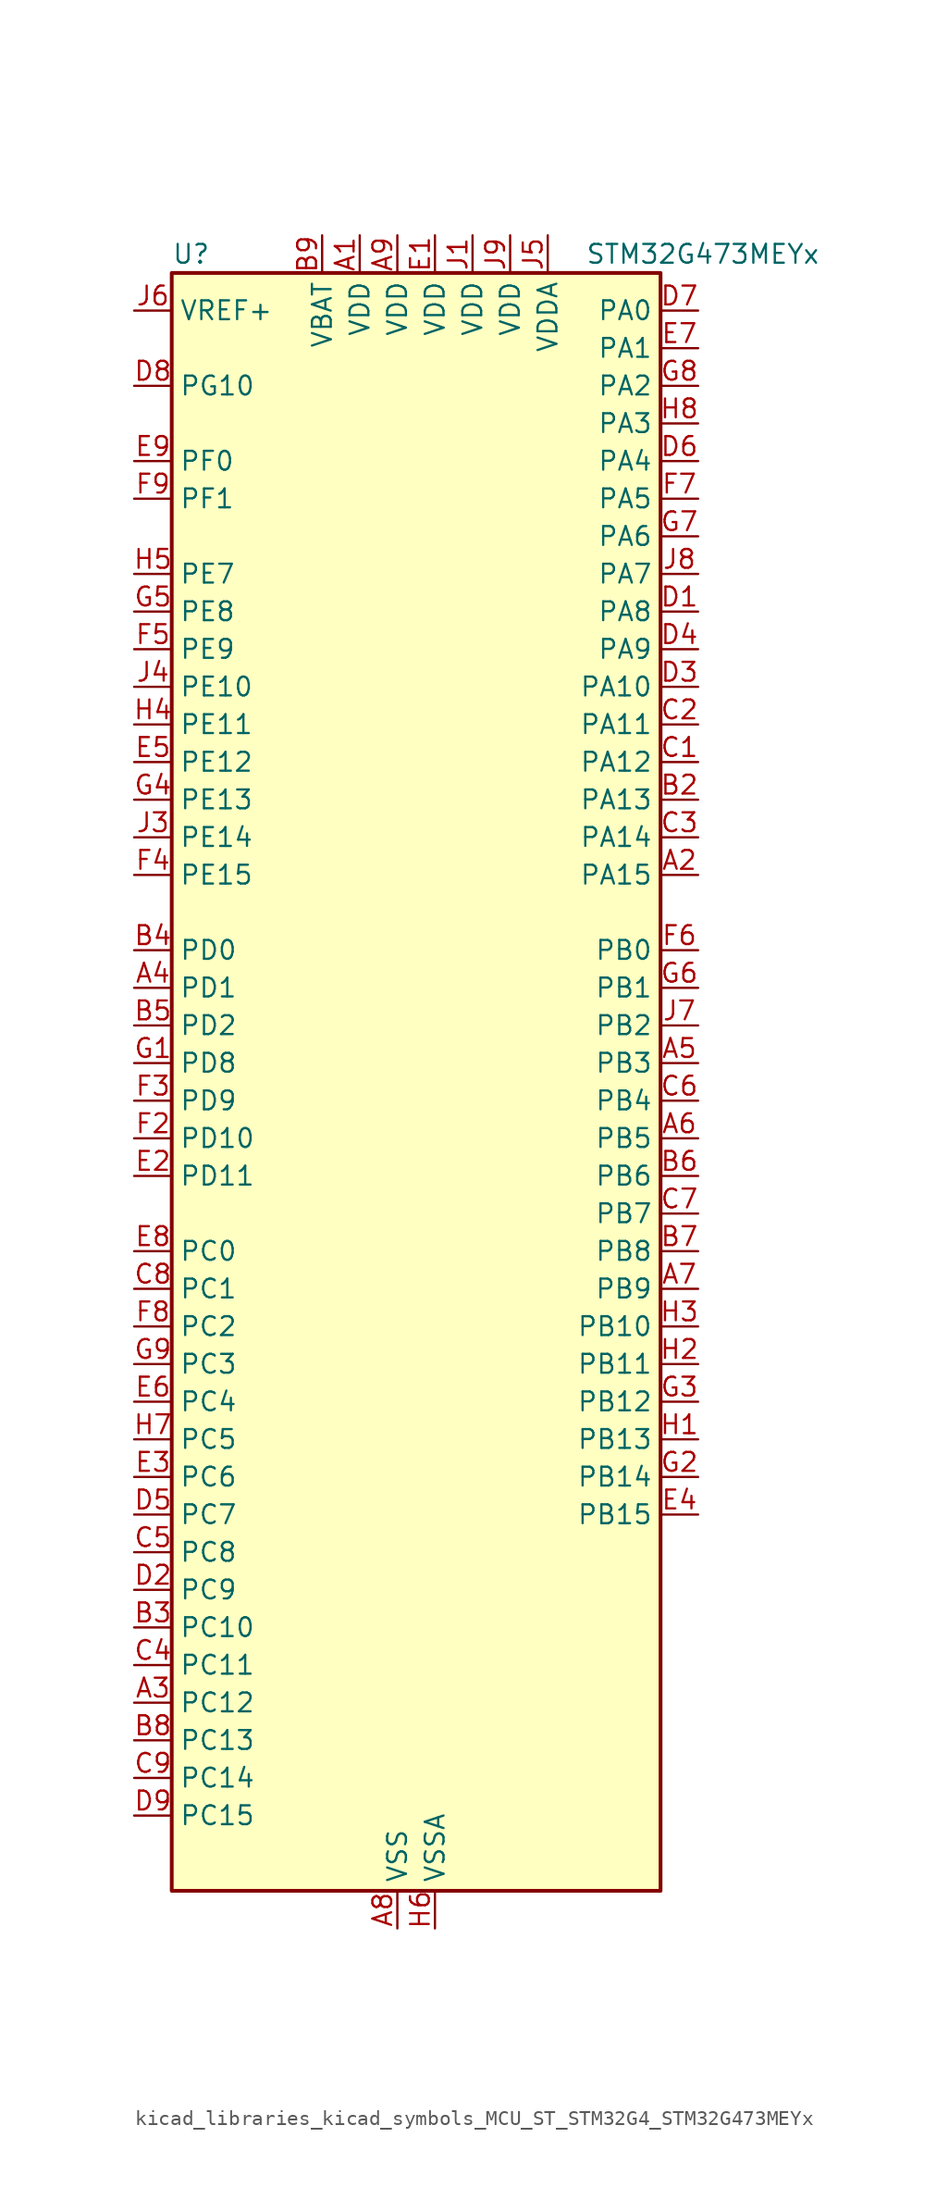
<source format=kicad_sym>
(kicad_symbol_lib
  (version 20220914)
  (generator kicad_symbol_editor)
  (symbol "kicad_libraries_kicad_symbols_MCU_ST_STM32G4_STM32G473MEYx"
    (property "Reference" "U"
      (at -15.24 57.15 0)
      (effects (font (size 1.27 1.27)) (justify left)))
    (property "Value" "STM32G473MEYx"
      (at 12.7 57.15 0)
      (effects (font (size 1.27 1.27)) (justify left)))
    (property "ki_locked" ""
      (at 0 0 0)
      (effects (font (size 1.27 1.27))))
    (symbol "kicad_libraries_kicad_symbols_MCU_ST_STM32G4_STM32G473MEYx_0_1"
      (rectangle (start -15.24 -53.34) (end 17.78 55.88) (stroke (width 0.254) (type default)) (fill (type background))))
    (symbol "kicad_libraries_kicad_symbols_MCU_ST_STM32G4_STM32G473MEYx_1_1"
      (pin power_in line (at -2.54 58.42 270) (length 2.54) (name "VDD" (effects (font (size 1.27 1.27)))) (number "A1" (effects (font (size 1.27 1.27)))))
      (pin bidirectional line (at 20.32 15.24 180) (length 2.54) (name "PA15" (effects (font (size 1.27 1.27)))) (number "A2" (effects (font (size 1.27 1.27)))) (alternate "ADC1_EXTI15" bidirectional line) (alternate "ADC2_EXTI15" bidirectional line) (alternate "FDCAN3_TX" bidirectional line) (alternate "I2C1_SCL" bidirectional line) (alternate "I2S3_WS" bidirectional line) (alternate "SPI1_NSS" bidirectional line) (alternate "SPI3_NSS" bidirectional line) (alternate "SYS_JTDI" bidirectional line) (alternate "TIM1_BKIN" bidirectional line) (alternate "TIM2_CH1" bidirectional line) (alternate "TIM2_ETR" bidirectional line) (alternate "TIM8_CH1" bidirectional line) (alternate "UART4_DE" bidirectional line) (alternate "UART4_RTS" bidirectional line) (alternate "USART2_RX" bidirectional line))
      (pin bidirectional line (at -17.78 -40.64 0) (length 2.54) (name "PC12" (effects (font (size 1.27 1.27)))) (number "A3" (effects (font (size 1.27 1.27)))) (alternate "I2S3_SD" bidirectional line) (alternate "SPI3_MOSI" bidirectional line) (alternate "TIM5_CH2" bidirectional line) (alternate "TIM8_CH3N" bidirectional line) (alternate "UART5_TX" bidirectional line) (alternate "UCPD1_FRSTX1" bidirectional line) (alternate "UCPD1_FRSTX2" bidirectional line) (alternate "USART3_CK" bidirectional line))
      (pin bidirectional line (at -17.78 7.62 0) (length 2.54) (name "PD1" (effects (font (size 1.27 1.27)))) (number "A4" (effects (font (size 1.27 1.27)))) (alternate "FDCAN1_TX" bidirectional line) (alternate "TIM8_BKIN2" bidirectional line) (alternate "TIM8_CH4" bidirectional line))
      (pin bidirectional line (at 20.32 2.54 180) (length 2.54) (name "PB3" (effects (font (size 1.27 1.27)))) (number "A5" (effects (font (size 1.27 1.27)))) (alternate "ADC3_EXTI3" bidirectional line) (alternate "ADC4_EXTI3" bidirectional line) (alternate "ADC5_EXTI3" bidirectional line) (alternate "CRS_SYNC" bidirectional line) (alternate "FDCAN3_RX" bidirectional line) (alternate "I2S3_CK" bidirectional line) (alternate "SAI1_SCK_B" bidirectional line) (alternate "SPI1_SCK" bidirectional line) (alternate "SPI3_SCK" bidirectional line) (alternate "SYS_JTDO-SWO" bidirectional line) (alternate "TIM2_CH2" bidirectional line) (alternate "TIM3_ETR" bidirectional line) (alternate "TIM4_ETR" bidirectional line) (alternate "TIM8_CH1N" bidirectional line) (alternate "USART2_TX" bidirectional line))
      (pin bidirectional line (at 20.32 -2.54 180) (length 2.54) (name "PB5" (effects (font (size 1.27 1.27)))) (number "A6" (effects (font (size 1.27 1.27)))) (alternate "FDCAN2_RX" bidirectional line) (alternate "I2C1_SMBA" bidirectional line) (alternate "I2C3_SDA" bidirectional line) (alternate "I2S3_SD" bidirectional line) (alternate "LPTIM1_IN1" bidirectional line) (alternate "SAI1_SD_B" bidirectional line) (alternate "SPI1_MOSI" bidirectional line) (alternate "SPI3_MOSI" bidirectional line) (alternate "TIM16_BKIN" bidirectional line) (alternate "TIM17_CH1" bidirectional line) (alternate "TIM3_CH2" bidirectional line) (alternate "TIM8_CH3N" bidirectional line) (alternate "UART5_CTS" bidirectional line) (alternate "USART2_CK" bidirectional line))
      (pin bidirectional line (at 20.32 -12.7 180) (length 2.54) (name "PB9" (effects (font (size 1.27 1.27)))) (number "A7" (effects (font (size 1.27 1.27)))) (alternate "COMP2_OUT" bidirectional line) (alternate "DAC1_EXTI9" bidirectional line) (alternate "DAC2_EXTI9" bidirectional line) (alternate "DAC3_EXTI9" bidirectional line) (alternate "DAC4_EXTI9" bidirectional line) (alternate "FDCAN1_TX" bidirectional line) (alternate "I2C1_SDA" bidirectional line) (alternate "IR_OUT" bidirectional line) (alternate "SAI1_D2" bidirectional line) (alternate "SAI1_FS_A" bidirectional line) (alternate "TIM17_CH1" bidirectional line) (alternate "TIM1_CH3N" bidirectional line) (alternate "TIM4_CH4" bidirectional line) (alternate "TIM8_CH3" bidirectional line) (alternate "USART3_TX" bidirectional line))
      (pin power_in line (at 0 -55.88 90) (length 2.54) (name "VSS" (effects (font (size 1.27 1.27)))) (number "A8" (effects (font (size 1.27 1.27)))))
      (pin power_in line (at 0 58.42 270) (length 2.54) (name "VDD" (effects (font (size 1.27 1.27)))) (number "A9" (effects (font (size 1.27 1.27)))))
      (pin passive line (at 0 -55.88 90) (length 2.54) hide (name "VSS" (effects (font (size 1.27 1.27)))) (number "B1" (effects (font (size 1.27 1.27)))))
      (pin bidirectional line (at 20.32 20.32 180) (length 2.54) (name "PA13" (effects (font (size 1.27 1.27)))) (number "B2" (effects (font (size 1.27 1.27)))) (alternate "I2C1_SCL" bidirectional line) (alternate "I2C4_SCL" bidirectional line) (alternate "IR_OUT" bidirectional line) (alternate "SAI1_SD_B" bidirectional line) (alternate "SYS_JTMS-SWDIO" bidirectional line) (alternate "TIM16_CH1N" bidirectional line) (alternate "TIM4_CH3" bidirectional line) (alternate "USART3_CTS" bidirectional line) (alternate "USART3_NSS" bidirectional line))
      (pin bidirectional line (at -17.78 -35.56 0) (length 2.54) (name "PC10" (effects (font (size 1.27 1.27)))) (number "B3" (effects (font (size 1.27 1.27)))) (alternate "DAC1_EXTI10" bidirectional line) (alternate "DAC2_EXTI10" bidirectional line) (alternate "DAC3_EXTI10" bidirectional line) (alternate "DAC4_EXTI10" bidirectional line) (alternate "I2S3_CK" bidirectional line) (alternate "SPI3_SCK" bidirectional line) (alternate "TIM8_CH1N" bidirectional line) (alternate "UART4_TX" bidirectional line) (alternate "USART3_TX" bidirectional line))
      (pin bidirectional line (at -17.78 10.16 0) (length 2.54) (name "PD0" (effects (font (size 1.27 1.27)))) (number "B4" (effects (font (size 1.27 1.27)))) (alternate "FDCAN1_RX" bidirectional line) (alternate "TIM8_CH4N" bidirectional line))
      (pin bidirectional line (at -17.78 5.08 0) (length 2.54) (name "PD2" (effects (font (size 1.27 1.27)))) (number "B5" (effects (font (size 1.27 1.27)))) (alternate "ADC3_EXTI2" bidirectional line) (alternate "ADC4_EXTI2" bidirectional line) (alternate "ADC5_EXTI2" bidirectional line) (alternate "TIM3_ETR" bidirectional line) (alternate "TIM8_BKIN" bidirectional line) (alternate "UART5_RX" bidirectional line))
      (pin bidirectional line (at 20.32 -5.08 180) (length 2.54) (name "PB6" (effects (font (size 1.27 1.27)))) (number "B6" (effects (font (size 1.27 1.27)))) (alternate "COMP4_OUT" bidirectional line) (alternate "FDCAN2_TX" bidirectional line) (alternate "LPTIM1_ETR" bidirectional line) (alternate "SAI1_FS_B" bidirectional line) (alternate "TIM16_CH1N" bidirectional line) (alternate "TIM4_CH1" bidirectional line) (alternate "TIM8_BKIN2" bidirectional line) (alternate "TIM8_CH1" bidirectional line) (alternate "TIM8_ETR" bidirectional line) (alternate "UCPD1_CC1" bidirectional line) (alternate "USART1_TX" bidirectional line))
      (pin bidirectional line (at 20.32 -10.16 180) (length 2.54) (name "PB8" (effects (font (size 1.27 1.27)))) (number "B7" (effects (font (size 1.27 1.27)))) (alternate "COMP1_OUT" bidirectional line) (alternate "FDCAN1_RX" bidirectional line) (alternate "I2C1_SCL" bidirectional line) (alternate "SAI1_CK1" bidirectional line) (alternate "SAI1_MCLK_A" bidirectional line) (alternate "TIM16_CH1" bidirectional line) (alternate "TIM1_BKIN" bidirectional line) (alternate "TIM4_CH3" bidirectional line) (alternate "TIM8_CH2" bidirectional line) (alternate "USART3_RX" bidirectional line))
      (pin bidirectional line (at -17.78 -43.18 0) (length 2.54) (name "PC13" (effects (font (size 1.27 1.27)))) (number "B8" (effects (font (size 1.27 1.27)))) (alternate "RTC_OUT1" bidirectional line) (alternate "RTC_TAMP1" bidirectional line) (alternate "RTC_TS" bidirectional line) (alternate "SYS_WKUP2" bidirectional line) (alternate "TIM1_BKIN" bidirectional line) (alternate "TIM1_CH1N" bidirectional line) (alternate "TIM8_CH4N" bidirectional line))
      (pin power_in line (at -5.08 58.42 270) (length 2.54) (name "VBAT" (effects (font (size 1.27 1.27)))) (number "B9" (effects (font (size 1.27 1.27)))))
      (pin bidirectional line (at 20.32 22.86 180) (length 2.54) (name "PA12" (effects (font (size 1.27 1.27)))) (number "C1" (effects (font (size 1.27 1.27)))) (alternate "COMP2_OUT" bidirectional line) (alternate "FDCAN1_TX" bidirectional line) (alternate "I2S_CKIN" bidirectional line) (alternate "TIM16_CH1" bidirectional line) (alternate "TIM1_CH2N" bidirectional line) (alternate "TIM1_ETR" bidirectional line) (alternate "TIM4_CH2" bidirectional line) (alternate "USART1_DE" bidirectional line) (alternate "USART1_RTS" bidirectional line) (alternate "USB_DP" bidirectional line))
      (pin bidirectional line (at 20.32 25.4 180) (length 2.54) (name "PA11" (effects (font (size 1.27 1.27)))) (number "C2" (effects (font (size 1.27 1.27)))) (alternate "ADC1_EXTI11" bidirectional line) (alternate "ADC2_EXTI11" bidirectional line) (alternate "COMP1_OUT" bidirectional line) (alternate "FDCAN1_RX" bidirectional line) (alternate "I2S2_SD" bidirectional line) (alternate "SPI2_MOSI" bidirectional line) (alternate "TIM1_BKIN2" bidirectional line) (alternate "TIM1_CH1N" bidirectional line) (alternate "TIM1_CH4" bidirectional line) (alternate "TIM4_CH1" bidirectional line) (alternate "USART1_CTS" bidirectional line) (alternate "USART1_NSS" bidirectional line) (alternate "USB_DM" bidirectional line))
      (pin bidirectional line (at 20.32 17.78 180) (length 2.54) (name "PA14" (effects (font (size 1.27 1.27)))) (number "C3" (effects (font (size 1.27 1.27)))) (alternate "I2C1_SDA" bidirectional line) (alternate "I2C4_SMBA" bidirectional line) (alternate "LPTIM1_OUT" bidirectional line) (alternate "SAI1_FS_B" bidirectional line) (alternate "SYS_JTCK-SWCLK" bidirectional line) (alternate "TIM1_BKIN" bidirectional line) (alternate "TIM8_CH2" bidirectional line) (alternate "USART2_TX" bidirectional line))
      (pin bidirectional line (at -17.78 -38.1 0) (length 2.54) (name "PC11" (effects (font (size 1.27 1.27)))) (number "C4" (effects (font (size 1.27 1.27)))) (alternate "ADC1_EXTI11" bidirectional line) (alternate "ADC2_EXTI11" bidirectional line) (alternate "I2C3_SDA" bidirectional line) (alternate "SPI3_MISO" bidirectional line) (alternate "TIM8_CH2N" bidirectional line) (alternate "UART4_RX" bidirectional line) (alternate "USART3_RX" bidirectional line))
      (pin bidirectional line (at -17.78 -30.48 0) (length 2.54) (name "PC8" (effects (font (size 1.27 1.27)))) (number "C5" (effects (font (size 1.27 1.27)))) (alternate "COMP7_OUT" bidirectional line) (alternate "I2C3_SCL" bidirectional line) (alternate "TIM20_CH3" bidirectional line) (alternate "TIM3_CH3" bidirectional line) (alternate "TIM8_CH3" bidirectional line))
      (pin bidirectional line (at 20.32 0 180) (length 2.54) (name "PB4" (effects (font (size 1.27 1.27)))) (number "C6" (effects (font (size 1.27 1.27)))) (alternate "FDCAN3_TX" bidirectional line) (alternate "SAI1_MCLK_B" bidirectional line) (alternate "SPI1_MISO" bidirectional line) (alternate "SPI3_MISO" bidirectional line) (alternate "SYS_JTRST" bidirectional line) (alternate "TIM16_CH1" bidirectional line) (alternate "TIM17_BKIN" bidirectional line) (alternate "TIM3_CH1" bidirectional line) (alternate "TIM8_CH2N" bidirectional line) (alternate "UART5_DE" bidirectional line) (alternate "UART5_RTS" bidirectional line) (alternate "UCPD1_CC2" bidirectional line) (alternate "USART2_RX" bidirectional line))
      (pin bidirectional line (at 20.32 -7.62 180) (length 2.54) (name "PB7" (effects (font (size 1.27 1.27)))) (number "C7" (effects (font (size 1.27 1.27)))) (alternate "COMP3_OUT" bidirectional line) (alternate "I2C1_SDA" bidirectional line) (alternate "I2C4_SDA" bidirectional line) (alternate "LPTIM1_IN2" bidirectional line) (alternate "SYS_PVD_IN" bidirectional line) (alternate "TIM17_CH1N" bidirectional line) (alternate "TIM3_CH4" bidirectional line) (alternate "TIM4_CH2" bidirectional line) (alternate "TIM8_BKIN" bidirectional line) (alternate "UART4_CTS" bidirectional line) (alternate "USART1_RX" bidirectional line))
      (pin bidirectional line (at -17.78 -12.7 0) (length 2.54) (name "PC1" (effects (font (size 1.27 1.27)))) (number "C8" (effects (font (size 1.27 1.27)))) (alternate "ADC1_IN7" bidirectional line) (alternate "ADC2_IN7" bidirectional line) (alternate "COMP3_INP" bidirectional line) (alternate "LPTIM1_OUT" bidirectional line) (alternate "LPUART1_TX" bidirectional line) (alternate "QUADSPI1_BK2_IO0" bidirectional line) (alternate "SAI1_SD_A" bidirectional line) (alternate "TIM1_CH2" bidirectional line))
      (pin bidirectional line (at -17.78 -45.72 0) (length 2.54) (name "PC14" (effects (font (size 1.27 1.27)))) (number "C9" (effects (font (size 1.27 1.27)))) (alternate "RCC_OSC32_IN" bidirectional line))
      (pin bidirectional line (at 20.32 33.02 180) (length 2.54) (name "PA8" (effects (font (size 1.27 1.27)))) (number "D1" (effects (font (size 1.27 1.27)))) (alternate "ADC5_IN1" bidirectional line) (alternate "COMP7_OUT" bidirectional line) (alternate "FDCAN3_RX" bidirectional line) (alternate "I2C2_SDA" bidirectional line) (alternate "I2C3_SCL" bidirectional line) (alternate "I2S2_MCK" bidirectional line) (alternate "OPAMP5_VOUT" bidirectional line) (alternate "RCC_MCO" bidirectional line) (alternate "SAI1_CK2" bidirectional line) (alternate "SAI1_SCK_A" bidirectional line) (alternate "TIM1_CH1" bidirectional line) (alternate "TIM4_ETR" bidirectional line) (alternate "USART1_CK" bidirectional line))
      (pin bidirectional line (at -17.78 -33.02 0) (length 2.54) (name "PC9" (effects (font (size 1.27 1.27)))) (number "D2" (effects (font (size 1.27 1.27)))) (alternate "DAC1_EXTI9" bidirectional line) (alternate "DAC2_EXTI9" bidirectional line) (alternate "DAC3_EXTI9" bidirectional line) (alternate "DAC4_EXTI9" bidirectional line) (alternate "I2C3_SDA" bidirectional line) (alternate "I2S_CKIN" bidirectional line) (alternate "TIM3_CH4" bidirectional line) (alternate "TIM8_BKIN2" bidirectional line) (alternate "TIM8_CH4" bidirectional line))
      (pin bidirectional line (at 20.32 27.94 180) (length 2.54) (name "PA10" (effects (font (size 1.27 1.27)))) (number "D3" (effects (font (size 1.27 1.27)))) (alternate "COMP6_OUT" bidirectional line) (alternate "CRS_SYNC" bidirectional line) (alternate "DAC1_EXTI10" bidirectional line) (alternate "DAC2_EXTI10" bidirectional line) (alternate "DAC3_EXTI10" bidirectional line) (alternate "DAC4_EXTI10" bidirectional line) (alternate "I2C2_SMBA" bidirectional line) (alternate "SAI1_D1" bidirectional line) (alternate "SAI1_SD_A" bidirectional line) (alternate "SPI2_MISO" bidirectional line) (alternate "TIM17_BKIN" bidirectional line) (alternate "TIM1_CH3" bidirectional line) (alternate "TIM2_CH4" bidirectional line) (alternate "TIM8_BKIN" bidirectional line) (alternate "UCPD1_DBCC2" bidirectional line) (alternate "USART1_RX" bidirectional line))
      (pin bidirectional line (at 20.32 30.48 180) (length 2.54) (name "PA9" (effects (font (size 1.27 1.27)))) (number "D4" (effects (font (size 1.27 1.27)))) (alternate "ADC5_IN2" bidirectional line) (alternate "COMP5_OUT" bidirectional line) (alternate "DAC1_EXTI9" bidirectional line) (alternate "DAC2_EXTI9" bidirectional line) (alternate "DAC3_EXTI9" bidirectional line) (alternate "DAC4_EXTI9" bidirectional line) (alternate "I2C2_SCL" bidirectional line) (alternate "I2C3_SMBA" bidirectional line) (alternate "I2S3_MCK" bidirectional line) (alternate "SAI1_FS_A" bidirectional line) (alternate "TIM15_BKIN" bidirectional line) (alternate "TIM1_CH2" bidirectional line) (alternate "TIM2_CH3" bidirectional line) (alternate "UCPD1_DBCC1" bidirectional line) (alternate "USART1_TX" bidirectional line))
      (pin bidirectional line (at -17.78 -27.94 0) (length 2.54) (name "PC7" (effects (font (size 1.27 1.27)))) (number "D5" (effects (font (size 1.27 1.27)))) (alternate "COMP5_OUT" bidirectional line) (alternate "I2C4_SDA" bidirectional line) (alternate "I2S3_MCK" bidirectional line) (alternate "TIM3_CH2" bidirectional line) (alternate "TIM8_CH2" bidirectional line))
      (pin bidirectional line (at 20.32 43.18 180) (length 2.54) (name "PA4" (effects (font (size 1.27 1.27)))) (number "D6" (effects (font (size 1.27 1.27)))) (alternate "ADC2_IN17" bidirectional line) (alternate "COMP1_INM" bidirectional line) (alternate "DAC1_OUT1" bidirectional line) (alternate "I2S3_WS" bidirectional line) (alternate "SAI1_FS_B" bidirectional line) (alternate "SPI1_NSS" bidirectional line) (alternate "SPI3_NSS" bidirectional line) (alternate "TIM3_CH2" bidirectional line) (alternate "USART2_CK" bidirectional line))
      (pin bidirectional line (at 20.32 53.34 180) (length 2.54) (name "PA0" (effects (font (size 1.27 1.27)))) (number "D7" (effects (font (size 1.27 1.27)))) (alternate "ADC1_IN1" bidirectional line) (alternate "ADC2_IN1" bidirectional line) (alternate "COMP1_INM" bidirectional line) (alternate "COMP1_OUT" bidirectional line) (alternate "COMP3_INP" bidirectional line) (alternate "RTC_TAMP2" bidirectional line) (alternate "SYS_WKUP1" bidirectional line) (alternate "TIM2_CH1" bidirectional line) (alternate "TIM2_ETR" bidirectional line) (alternate "TIM5_CH1" bidirectional line) (alternate "TIM8_BKIN" bidirectional line) (alternate "TIM8_ETR" bidirectional line) (alternate "USART2_CTS" bidirectional line) (alternate "USART2_NSS" bidirectional line))
      (pin bidirectional line (at -17.78 48.26 0) (length 2.54) (name "PG10" (effects (font (size 1.27 1.27)))) (number "D8" (effects (font (size 1.27 1.27)))) (alternate "DAC1_EXTI10" bidirectional line) (alternate "DAC2_EXTI10" bidirectional line) (alternate "DAC3_EXTI10" bidirectional line) (alternate "DAC4_EXTI10" bidirectional line) (alternate "RCC_MCO" bidirectional line))
      (pin bidirectional line (at -17.78 -48.26 0) (length 2.54) (name "PC15" (effects (font (size 1.27 1.27)))) (number "D9" (effects (font (size 1.27 1.27)))) (alternate "ADC1_EXTI15" bidirectional line) (alternate "ADC2_EXTI15" bidirectional line) (alternate "RCC_OSC32_OUT" bidirectional line))
      (pin power_in line (at 2.54 58.42 270) (length 2.54) (name "VDD" (effects (font (size 1.27 1.27)))) (number "E1" (effects (font (size 1.27 1.27)))))
      (pin bidirectional line (at -17.78 -5.08 0) (length 2.54) (name "PD11" (effects (font (size 1.27 1.27)))) (number "E2" (effects (font (size 1.27 1.27)))) (alternate "ADC1_EXTI11" bidirectional line) (alternate "ADC2_EXTI11" bidirectional line) (alternate "ADC3_IN8" bidirectional line) (alternate "ADC4_IN8" bidirectional line) (alternate "ADC5_IN8" bidirectional line) (alternate "COMP6_INP" bidirectional line) (alternate "I2C4_SMBA" bidirectional line) (alternate "OPAMP4_VINP" bidirectional line) (alternate "OPAMP4_VINP_SEC" bidirectional line) (alternate "TIM5_ETR" bidirectional line) (alternate "USART3_CTS" bidirectional line) (alternate "USART3_NSS" bidirectional line))
      (pin bidirectional line (at -17.78 -25.4 0) (length 2.54) (name "PC6" (effects (font (size 1.27 1.27)))) (number "E3" (effects (font (size 1.27 1.27)))) (alternate "COMP6_OUT" bidirectional line) (alternate "I2C4_SCL" bidirectional line) (alternate "I2S2_MCK" bidirectional line) (alternate "TIM3_CH1" bidirectional line) (alternate "TIM8_CH1" bidirectional line))
      (pin bidirectional line (at 20.32 -27.94 180) (length 2.54) (name "PB15" (effects (font (size 1.27 1.27)))) (number "E4" (effects (font (size 1.27 1.27)))) (alternate "ADC1_EXTI15" bidirectional line) (alternate "ADC2_EXTI15" bidirectional line) (alternate "ADC2_IN15" bidirectional line) (alternate "ADC4_IN5" bidirectional line) (alternate "COMP3_OUT" bidirectional line) (alternate "COMP6_INM" bidirectional line) (alternate "I2S2_SD" bidirectional line) (alternate "OPAMP5_VINM" bidirectional line) (alternate "OPAMP5_VINM0" bidirectional line) (alternate "OPAMP5_VINM_SEC" bidirectional line) (alternate "RTC_REFIN" bidirectional line) (alternate "SPI2_MOSI" bidirectional line) (alternate "TIM15_CH1N" bidirectional line) (alternate "TIM15_CH2" bidirectional line) (alternate "TIM1_CH3N" bidirectional line))
      (pin bidirectional line (at -17.78 22.86 0) (length 2.54) (name "PE12" (effects (font (size 1.27 1.27)))) (number "E5" (effects (font (size 1.27 1.27)))) (alternate "ADC3_IN16" bidirectional line) (alternate "ADC4_IN16" bidirectional line) (alternate "ADC5_IN16" bidirectional line) (alternate "QUADSPI1_BK1_IO0" bidirectional line) (alternate "SPI4_SCK" bidirectional line) (alternate "TIM1_CH3N" bidirectional line))
      (pin bidirectional line (at -17.78 -20.32 0) (length 2.54) (name "PC4" (effects (font (size 1.27 1.27)))) (number "E6" (effects (font (size 1.27 1.27)))) (alternate "ADC2_IN5" bidirectional line) (alternate "I2C2_SCL" bidirectional line) (alternate "QUADSPI1_BK2_IO3" bidirectional line) (alternate "TIM1_ETR" bidirectional line) (alternate "USART1_TX" bidirectional line))
      (pin bidirectional line (at 20.32 50.8 180) (length 2.54) (name "PA1" (effects (font (size 1.27 1.27)))) (number "E7" (effects (font (size 1.27 1.27)))) (alternate "ADC1_IN2" bidirectional line) (alternate "ADC2_IN2" bidirectional line) (alternate "COMP1_INP" bidirectional line) (alternate "OPAMP1_VINP" bidirectional line) (alternate "OPAMP1_VINP_SEC" bidirectional line) (alternate "OPAMP3_VINP" bidirectional line) (alternate "OPAMP3_VINP_SEC" bidirectional line) (alternate "OPAMP6_VINM" bidirectional line) (alternate "OPAMP6_VINM0" bidirectional line) (alternate "OPAMP6_VINM_SEC" bidirectional line) (alternate "RTC_REFIN" bidirectional line) (alternate "TIM15_CH1N" bidirectional line) (alternate "TIM2_CH2" bidirectional line) (alternate "TIM5_CH2" bidirectional line) (alternate "USART2_DE" bidirectional line) (alternate "USART2_RTS" bidirectional line))
      (pin bidirectional line (at -17.78 -10.16 0) (length 2.54) (name "PC0" (effects (font (size 1.27 1.27)))) (number "E8" (effects (font (size 1.27 1.27)))) (alternate "ADC1_IN6" bidirectional line) (alternate "ADC2_IN6" bidirectional line) (alternate "COMP3_INM" bidirectional line) (alternate "LPTIM1_IN1" bidirectional line) (alternate "LPUART1_RX" bidirectional line) (alternate "TIM1_CH1" bidirectional line))
      (pin bidirectional line (at -17.78 43.18 0) (length 2.54) (name "PF0" (effects (font (size 1.27 1.27)))) (number "E9" (effects (font (size 1.27 1.27)))) (alternate "ADC1_IN10" bidirectional line) (alternate "I2C2_SDA" bidirectional line) (alternate "I2S2_WS" bidirectional line) (alternate "RCC_OSC_IN" bidirectional line) (alternate "SPI2_NSS" bidirectional line) (alternate "TIM1_CH3N" bidirectional line))
      (pin passive line (at 0 -55.88 90) (length 2.54) hide (name "VSS" (effects (font (size 1.27 1.27)))) (number "F1" (effects (font (size 1.27 1.27)))))
      (pin bidirectional line (at -17.78 -2.54 0) (length 2.54) (name "PD10" (effects (font (size 1.27 1.27)))) (number "F2" (effects (font (size 1.27 1.27)))) (alternate "ADC3_IN7" bidirectional line) (alternate "ADC4_IN7" bidirectional line) (alternate "ADC5_IN7" bidirectional line) (alternate "COMP6_INM" bidirectional line) (alternate "DAC1_EXTI10" bidirectional line) (alternate "DAC2_EXTI10" bidirectional line) (alternate "DAC3_EXTI10" bidirectional line) (alternate "DAC4_EXTI10" bidirectional line) (alternate "USART3_CK" bidirectional line))
      (pin bidirectional line (at -17.78 0 0) (length 2.54) (name "PD9" (effects (font (size 1.27 1.27)))) (number "F3" (effects (font (size 1.27 1.27)))) (alternate "ADC4_IN13" bidirectional line) (alternate "ADC5_IN13" bidirectional line) (alternate "DAC1_EXTI9" bidirectional line) (alternate "DAC2_EXTI9" bidirectional line) (alternate "DAC3_EXTI9" bidirectional line) (alternate "DAC4_EXTI9" bidirectional line) (alternate "OPAMP6_VINP" bidirectional line) (alternate "OPAMP6_VINP_SEC" bidirectional line) (alternate "USART3_RX" bidirectional line))
      (pin bidirectional line (at -17.78 15.24 0) (length 2.54) (name "PE15" (effects (font (size 1.27 1.27)))) (number "F4" (effects (font (size 1.27 1.27)))) (alternate "ADC1_EXTI15" bidirectional line) (alternate "ADC2_EXTI15" bidirectional line) (alternate "ADC4_IN2" bidirectional line) (alternate "QUADSPI1_BK1_IO3" bidirectional line) (alternate "TIM1_BKIN" bidirectional line) (alternate "TIM1_CH4N" bidirectional line) (alternate "USART3_RX" bidirectional line))
      (pin bidirectional line (at -17.78 30.48 0) (length 2.54) (name "PE9" (effects (font (size 1.27 1.27)))) (number "F5" (effects (font (size 1.27 1.27)))) (alternate "ADC3_IN2" bidirectional line) (alternate "DAC1_EXTI9" bidirectional line) (alternate "DAC2_EXTI9" bidirectional line) (alternate "DAC3_EXTI9" bidirectional line) (alternate "DAC4_EXTI9" bidirectional line) (alternate "SAI1_FS_B" bidirectional line) (alternate "TIM1_CH1" bidirectional line) (alternate "TIM5_CH4" bidirectional line))
      (pin bidirectional line (at 20.32 10.16 180) (length 2.54) (name "PB0" (effects (font (size 1.27 1.27)))) (number "F6" (effects (font (size 1.27 1.27)))) (alternate "ADC1_IN15" bidirectional line) (alternate "ADC3_IN12" bidirectional line) (alternate "COMP4_INP" bidirectional line) (alternate "OPAMP2_VINP" bidirectional line) (alternate "OPAMP2_VINP_SEC" bidirectional line) (alternate "OPAMP3_VINP" bidirectional line) (alternate "OPAMP3_VINP_SEC" bidirectional line) (alternate "QUADSPI1_BK1_IO1" bidirectional line) (alternate "TIM1_CH2N" bidirectional line) (alternate "TIM3_CH3" bidirectional line) (alternate "TIM8_CH2N" bidirectional line) (alternate "UCPD1_FRSTX1" bidirectional line) (alternate "UCPD1_FRSTX2" bidirectional line))
      (pin bidirectional line (at 20.32 40.64 180) (length 2.54) (name "PA5" (effects (font (size 1.27 1.27)))) (number "F7" (effects (font (size 1.27 1.27)))) (alternate "ADC2_IN13" bidirectional line) (alternate "COMP2_INM" bidirectional line) (alternate "DAC1_OUT2" bidirectional line) (alternate "OPAMP2_VINM" bidirectional line) (alternate "OPAMP2_VINM0" bidirectional line) (alternate "OPAMP2_VINM_SEC" bidirectional line) (alternate "SPI1_SCK" bidirectional line) (alternate "TIM2_CH1" bidirectional line) (alternate "TIM2_ETR" bidirectional line) (alternate "UCPD1_FRSTX1" bidirectional line) (alternate "UCPD1_FRSTX2" bidirectional line))
      (pin bidirectional line (at -17.78 -15.24 0) (length 2.54) (name "PC2" (effects (font (size 1.27 1.27)))) (number "F8" (effects (font (size 1.27 1.27)))) (alternate "ADC1_IN8" bidirectional line) (alternate "ADC2_IN8" bidirectional line) (alternate "ADC3_EXTI2" bidirectional line) (alternate "ADC4_EXTI2" bidirectional line) (alternate "ADC5_EXTI2" bidirectional line) (alternate "COMP3_OUT" bidirectional line) (alternate "LPTIM1_IN2" bidirectional line) (alternate "QUADSPI1_BK2_IO1" bidirectional line) (alternate "TIM1_CH3" bidirectional line) (alternate "TIM20_CH2" bidirectional line))
      (pin bidirectional line (at -17.78 40.64 0) (length 2.54) (name "PF1" (effects (font (size 1.27 1.27)))) (number "F9" (effects (font (size 1.27 1.27)))) (alternate "ADC2_IN10" bidirectional line) (alternate "COMP3_INM" bidirectional line) (alternate "I2S2_CK" bidirectional line) (alternate "RCC_OSC_OUT" bidirectional line) (alternate "SPI2_SCK" bidirectional line))
      (pin bidirectional line (at -17.78 2.54 0) (length 2.54) (name "PD8" (effects (font (size 1.27 1.27)))) (number "G1" (effects (font (size 1.27 1.27)))) (alternate "ADC4_IN12" bidirectional line) (alternate "ADC5_IN12" bidirectional line) (alternate "OPAMP4_VINM" bidirectional line) (alternate "OPAMP4_VINM1" bidirectional line) (alternate "OPAMP4_VINM_SEC" bidirectional line) (alternate "USART3_TX" bidirectional line))
      (pin bidirectional line (at 20.32 -25.4 180) (length 2.54) (name "PB14" (effects (font (size 1.27 1.27)))) (number "G2" (effects (font (size 1.27 1.27)))) (alternate "ADC1_IN5" bidirectional line) (alternate "ADC4_IN4" bidirectional line) (alternate "COMP4_OUT" bidirectional line) (alternate "COMP7_INP" bidirectional line) (alternate "OPAMP2_VINP" bidirectional line) (alternate "OPAMP2_VINP_SEC" bidirectional line) (alternate "OPAMP5_VINP" bidirectional line) (alternate "OPAMP5_VINP_SEC" bidirectional line) (alternate "SPI2_MISO" bidirectional line) (alternate "TIM15_CH1" bidirectional line) (alternate "TIM1_CH2N" bidirectional line) (alternate "USART3_DE" bidirectional line) (alternate "USART3_RTS" bidirectional line))
      (pin bidirectional line (at 20.32 -20.32 180) (length 2.54) (name "PB12" (effects (font (size 1.27 1.27)))) (number "G3" (effects (font (size 1.27 1.27)))) (alternate "ADC1_IN11" bidirectional line) (alternate "ADC4_IN3" bidirectional line) (alternate "COMP7_INM" bidirectional line) (alternate "FDCAN2_RX" bidirectional line) (alternate "I2C2_SMBA" bidirectional line) (alternate "I2S2_WS" bidirectional line) (alternate "LPUART1_DE" bidirectional line) (alternate "LPUART1_RTS" bidirectional line) (alternate "OPAMP4_VOUT" bidirectional line) (alternate "OPAMP6_VINP" bidirectional line) (alternate "OPAMP6_VINP_SEC" bidirectional line) (alternate "SPI2_NSS" bidirectional line) (alternate "TIM1_BKIN" bidirectional line) (alternate "TIM5_ETR" bidirectional line) (alternate "USART3_CK" bidirectional line))
      (pin bidirectional line (at -17.78 20.32 0) (length 2.54) (name "PE13" (effects (font (size 1.27 1.27)))) (number "G4" (effects (font (size 1.27 1.27)))) (alternate "ADC3_IN3" bidirectional line) (alternate "QUADSPI1_BK1_IO1" bidirectional line) (alternate "SPI4_MISO" bidirectional line) (alternate "TIM1_CH3" bidirectional line))
      (pin bidirectional line (at -17.78 33.02 0) (length 2.54) (name "PE8" (effects (font (size 1.27 1.27)))) (number "G5" (effects (font (size 1.27 1.27)))) (alternate "ADC3_IN6" bidirectional line) (alternate "ADC4_IN6" bidirectional line) (alternate "ADC5_IN6" bidirectional line) (alternate "COMP4_INM" bidirectional line) (alternate "SAI1_SCK_B" bidirectional line) (alternate "TIM1_CH1N" bidirectional line) (alternate "TIM5_CH3" bidirectional line))
      (pin bidirectional line (at 20.32 7.62 180) (length 2.54) (name "PB1" (effects (font (size 1.27 1.27)))) (number "G6" (effects (font (size 1.27 1.27)))) (alternate "ADC1_IN12" bidirectional line) (alternate "ADC3_IN1" bidirectional line) (alternate "COMP1_INP" bidirectional line) (alternate "COMP4_OUT" bidirectional line) (alternate "LPUART1_DE" bidirectional line) (alternate "LPUART1_RTS" bidirectional line) (alternate "OPAMP3_VOUT" bidirectional line) (alternate "OPAMP6_VINM" bidirectional line) (alternate "OPAMP6_VINM1" bidirectional line) (alternate "OPAMP6_VINM_SEC" bidirectional line) (alternate "QUADSPI1_BK1_IO0" bidirectional line) (alternate "TIM1_CH3N" bidirectional line) (alternate "TIM3_CH4" bidirectional line) (alternate "TIM8_CH3N" bidirectional line))
      (pin bidirectional line (at 20.32 38.1 180) (length 2.54) (name "PA6" (effects (font (size 1.27 1.27)))) (number "G7" (effects (font (size 1.27 1.27)))) (alternate "ADC2_IN3" bidirectional line) (alternate "COMP1_OUT" bidirectional line) (alternate "DAC2_OUT1" bidirectional line) (alternate "LPUART1_CTS" bidirectional line) (alternate "OPAMP2_VOUT" bidirectional line) (alternate "QUADSPI1_BK1_IO3" bidirectional line) (alternate "SPI1_MISO" bidirectional line) (alternate "TIM16_CH1" bidirectional line) (alternate "TIM1_BKIN" bidirectional line) (alternate "TIM3_CH1" bidirectional line) (alternate "TIM8_BKIN" bidirectional line))
      (pin bidirectional line (at 20.32 48.26 180) (length 2.54) (name "PA2" (effects (font (size 1.27 1.27)))) (number "G8" (effects (font (size 1.27 1.27)))) (alternate "ADC1_IN3" bidirectional line) (alternate "ADC3_EXTI2" bidirectional line) (alternate "ADC4_EXTI2" bidirectional line) (alternate "ADC5_EXTI2" bidirectional line) (alternate "COMP2_INM" bidirectional line) (alternate "COMP2_OUT" bidirectional line) (alternate "LPUART1_TX" bidirectional line) (alternate "OPAMP1_VOUT" bidirectional line) (alternate "QUADSPI1_BK1_NCS" bidirectional line) (alternate "RCC_LSCO" bidirectional line) (alternate "SYS_WKUP4" bidirectional line) (alternate "TIM15_CH1" bidirectional line) (alternate "TIM2_CH3" bidirectional line) (alternate "TIM5_CH3" bidirectional line) (alternate "UCPD1_FRSTX1" bidirectional line) (alternate "UCPD1_FRSTX2" bidirectional line) (alternate "USART2_TX" bidirectional line))
      (pin bidirectional line (at -17.78 -17.78 0) (length 2.54) (name "PC3" (effects (font (size 1.27 1.27)))) (number "G9" (effects (font (size 1.27 1.27)))) (alternate "ADC1_IN9" bidirectional line) (alternate "ADC2_IN9" bidirectional line) (alternate "ADC3_EXTI3" bidirectional line) (alternate "ADC4_EXTI3" bidirectional line) (alternate "ADC5_EXTI3" bidirectional line) (alternate "LPTIM1_ETR" bidirectional line) (alternate "OPAMP5_VINP" bidirectional line) (alternate "OPAMP5_VINP_SEC" bidirectional line) (alternate "QUADSPI1_BK2_IO2" bidirectional line) (alternate "SAI1_D1" bidirectional line) (alternate "SAI1_SD_A" bidirectional line) (alternate "TIM1_BKIN2" bidirectional line) (alternate "TIM1_CH4" bidirectional line))
      (pin bidirectional line (at 20.32 -22.86 180) (length 2.54) (name "PB13" (effects (font (size 1.27 1.27)))) (number "H1" (effects (font (size 1.27 1.27)))) (alternate "ADC3_IN5" bidirectional line) (alternate "COMP5_INP" bidirectional line) (alternate "FDCAN2_TX" bidirectional line) (alternate "I2S2_CK" bidirectional line) (alternate "LPUART1_CTS" bidirectional line) (alternate "OPAMP3_VINP" bidirectional line) (alternate "OPAMP3_VINP_SEC" bidirectional line) (alternate "OPAMP4_VINP" bidirectional line) (alternate "OPAMP4_VINP_SEC" bidirectional line) (alternate "OPAMP6_VINP" bidirectional line) (alternate "OPAMP6_VINP_SEC" bidirectional line) (alternate "SPI2_SCK" bidirectional line) (alternate "TIM1_CH1N" bidirectional line) (alternate "USART3_CTS" bidirectional line) (alternate "USART3_NSS" bidirectional line))
      (pin bidirectional line (at 20.32 -17.78 180) (length 2.54) (name "PB11" (effects (font (size 1.27 1.27)))) (number "H2" (effects (font (size 1.27 1.27)))) (alternate "ADC1_EXTI11" bidirectional line) (alternate "ADC1_IN14" bidirectional line) (alternate "ADC2_EXTI11" bidirectional line) (alternate "ADC2_IN14" bidirectional line) (alternate "COMP6_INP" bidirectional line) (alternate "LPUART1_TX" bidirectional line) (alternate "OPAMP4_VINP" bidirectional line) (alternate "OPAMP4_VINP_SEC" bidirectional line) (alternate "OPAMP6_VOUT" bidirectional line) (alternate "QUADSPI1_BK1_NCS" bidirectional line) (alternate "TIM2_CH4" bidirectional line) (alternate "USART3_RX" bidirectional line))
      (pin bidirectional line (at 20.32 -15.24 180) (length 2.54) (name "PB10" (effects (font (size 1.27 1.27)))) (number "H3" (effects (font (size 1.27 1.27)))) (alternate "COMP5_INM" bidirectional line) (alternate "DAC1_EXTI10" bidirectional line) (alternate "DAC2_EXTI10" bidirectional line) (alternate "DAC3_EXTI10" bidirectional line) (alternate "DAC4_EXTI10" bidirectional line) (alternate "LPUART1_RX" bidirectional line) (alternate "OPAMP3_VINM" bidirectional line) (alternate "OPAMP3_VINM1" bidirectional line) (alternate "OPAMP3_VINM_SEC" bidirectional line) (alternate "OPAMP4_VINM" bidirectional line) (alternate "OPAMP4_VINM0" bidirectional line) (alternate "OPAMP4_VINM_SEC" bidirectional line) (alternate "QUADSPI1_CLK" bidirectional line) (alternate "SAI1_SCK_A" bidirectional line) (alternate "TIM1_BKIN" bidirectional line) (alternate "TIM2_CH3" bidirectional line) (alternate "USART3_TX" bidirectional line))
      (pin bidirectional line (at -17.78 25.4 0) (length 2.54) (name "PE11" (effects (font (size 1.27 1.27)))) (number "H4" (effects (font (size 1.27 1.27)))) (alternate "ADC1_EXTI11" bidirectional line) (alternate "ADC2_EXTI11" bidirectional line) (alternate "ADC3_IN15" bidirectional line) (alternate "ADC4_IN15" bidirectional line) (alternate "ADC5_IN15" bidirectional line) (alternate "QUADSPI1_BK1_NCS" bidirectional line) (alternate "SPI4_NSS" bidirectional line) (alternate "TIM1_CH2" bidirectional line))
      (pin bidirectional line (at -17.78 35.56 0) (length 2.54) (name "PE7" (effects (font (size 1.27 1.27)))) (number "H5" (effects (font (size 1.27 1.27)))) (alternate "ADC3_IN4" bidirectional line) (alternate "COMP4_INP" bidirectional line) (alternate "SAI1_SD_B" bidirectional line) (alternate "TIM1_ETR" bidirectional line))
      (pin power_in line (at 2.54 -55.88 90) (length 2.54) (name "VSSA" (effects (font (size 1.27 1.27)))) (number "H6" (effects (font (size 1.27 1.27)))))
      (pin bidirectional line (at -17.78 -22.86 0) (length 2.54) (name "PC5" (effects (font (size 1.27 1.27)))) (number "H7" (effects (font (size 1.27 1.27)))) (alternate "ADC2_IN11" bidirectional line) (alternate "OPAMP1_VINM" bidirectional line) (alternate "OPAMP1_VINM1" bidirectional line) (alternate "OPAMP1_VINM_SEC" bidirectional line) (alternate "OPAMP2_VINM" bidirectional line) (alternate "OPAMP2_VINM1" bidirectional line) (alternate "OPAMP2_VINM_SEC" bidirectional line) (alternate "SAI1_D3" bidirectional line) (alternate "SYS_WKUP5" bidirectional line) (alternate "TIM15_BKIN" bidirectional line) (alternate "TIM1_CH4N" bidirectional line) (alternate "USART1_RX" bidirectional line))
      (pin bidirectional line (at 20.32 45.72 180) (length 2.54) (name "PA3" (effects (font (size 1.27 1.27)))) (number "H8" (effects (font (size 1.27 1.27)))) (alternate "ADC1_IN4" bidirectional line) (alternate "ADC3_EXTI3" bidirectional line) (alternate "ADC4_EXTI3" bidirectional line) (alternate "ADC5_EXTI3" bidirectional line) (alternate "COMP2_INP" bidirectional line) (alternate "LPUART1_RX" bidirectional line) (alternate "OPAMP1_VINM" bidirectional line) (alternate "OPAMP1_VINM0" bidirectional line) (alternate "OPAMP1_VINM_SEC" bidirectional line) (alternate "OPAMP1_VINP" bidirectional line) (alternate "OPAMP1_VINP_SEC" bidirectional line) (alternate "OPAMP5_VINM" bidirectional line) (alternate "OPAMP5_VINM1" bidirectional line) (alternate "OPAMP5_VINM_SEC" bidirectional line) (alternate "QUADSPI1_CLK" bidirectional line) (alternate "SAI1_CK1" bidirectional line) (alternate "SAI1_MCLK_A" bidirectional line) (alternate "TIM15_CH2" bidirectional line) (alternate "TIM2_CH4" bidirectional line) (alternate "TIM5_CH4" bidirectional line) (alternate "USART2_RX" bidirectional line))
      (pin passive line (at 0 -55.88 90) (length 2.54) hide (name "VSS" (effects (font (size 1.27 1.27)))) (number "H9" (effects (font (size 1.27 1.27)))))
      (pin power_in line (at 5.08 58.42 270) (length 2.54) (name "VDD" (effects (font (size 1.27 1.27)))) (number "J1" (effects (font (size 1.27 1.27)))))
      (pin passive line (at 0 -55.88 90) (length 2.54) hide (name "VSS" (effects (font (size 1.27 1.27)))) (number "J2" (effects (font (size 1.27 1.27)))))
      (pin bidirectional line (at -17.78 17.78 0) (length 2.54) (name "PE14" (effects (font (size 1.27 1.27)))) (number "J3" (effects (font (size 1.27 1.27)))) (alternate "ADC4_IN1" bidirectional line) (alternate "QUADSPI1_BK1_IO2" bidirectional line) (alternate "SPI4_MOSI" bidirectional line) (alternate "TIM1_BKIN2" bidirectional line) (alternate "TIM1_CH4" bidirectional line))
      (pin bidirectional line (at -17.78 27.94 0) (length 2.54) (name "PE10" (effects (font (size 1.27 1.27)))) (number "J4" (effects (font (size 1.27 1.27)))) (alternate "ADC3_IN14" bidirectional line) (alternate "ADC4_IN14" bidirectional line) (alternate "ADC5_IN14" bidirectional line) (alternate "DAC1_EXTI10" bidirectional line) (alternate "DAC2_EXTI10" bidirectional line) (alternate "DAC3_EXTI10" bidirectional line) (alternate "DAC4_EXTI10" bidirectional line) (alternate "QUADSPI1_CLK" bidirectional line) (alternate "SAI1_MCLK_B" bidirectional line) (alternate "TIM1_CH2N" bidirectional line))
      (pin power_in line (at 10.16 58.42 270) (length 2.54) (name "VDDA" (effects (font (size 1.27 1.27)))) (number "J5" (effects (font (size 1.27 1.27)))))
      (pin input line (at -17.78 53.34 0) (length 2.54) (name "VREF+" (effects (font (size 1.27 1.27)))) (number "J6" (effects (font (size 1.27 1.27)))) (alternate "VREFBUF_OUT" bidirectional line))
      (pin bidirectional line (at 20.32 5.08 180) (length 2.54) (name "PB2" (effects (font (size 1.27 1.27)))) (number "J7" (effects (font (size 1.27 1.27)))) (alternate "ADC2_IN12" bidirectional line) (alternate "ADC3_EXTI2" bidirectional line) (alternate "ADC4_EXTI2" bidirectional line) (alternate "ADC5_EXTI2" bidirectional line) (alternate "COMP4_INM" bidirectional line) (alternate "I2C3_SMBA" bidirectional line) (alternate "LPTIM1_OUT" bidirectional line) (alternate "OPAMP3_VINM" bidirectional line) (alternate "OPAMP3_VINM0" bidirectional line) (alternate "OPAMP3_VINM_SEC" bidirectional line) (alternate "QUADSPI1_BK2_IO1" bidirectional line) (alternate "RTC_OUT2" bidirectional line) (alternate "TIM20_CH1" bidirectional line) (alternate "TIM5_CH1" bidirectional line))
      (pin bidirectional line (at 20.32 35.56 180) (length 2.54) (name "PA7" (effects (font (size 1.27 1.27)))) (number "J8" (effects (font (size 1.27 1.27)))) (alternate "ADC2_IN4" bidirectional line) (alternate "COMP2_INP" bidirectional line) (alternate "COMP2_OUT" bidirectional line) (alternate "OPAMP1_VINP" bidirectional line) (alternate "OPAMP1_VINP_SEC" bidirectional line) (alternate "OPAMP2_VINP" bidirectional line) (alternate "OPAMP2_VINP_SEC" bidirectional line) (alternate "QUADSPI1_BK1_IO2" bidirectional line) (alternate "SPI1_MOSI" bidirectional line) (alternate "TIM17_CH1" bidirectional line) (alternate "TIM1_CH1N" bidirectional line) (alternate "TIM3_CH2" bidirectional line) (alternate "TIM8_CH1N" bidirectional line) (alternate "UCPD1_FRSTX1" bidirectional line) (alternate "UCPD1_FRSTX2" bidirectional line))
      (pin power_in line (at 7.62 58.42 270) (length 2.54) (name "VDD" (effects (font (size 1.27 1.27)))) (number "J9" (effects (font (size 1.27 1.27))))))))
</source>
